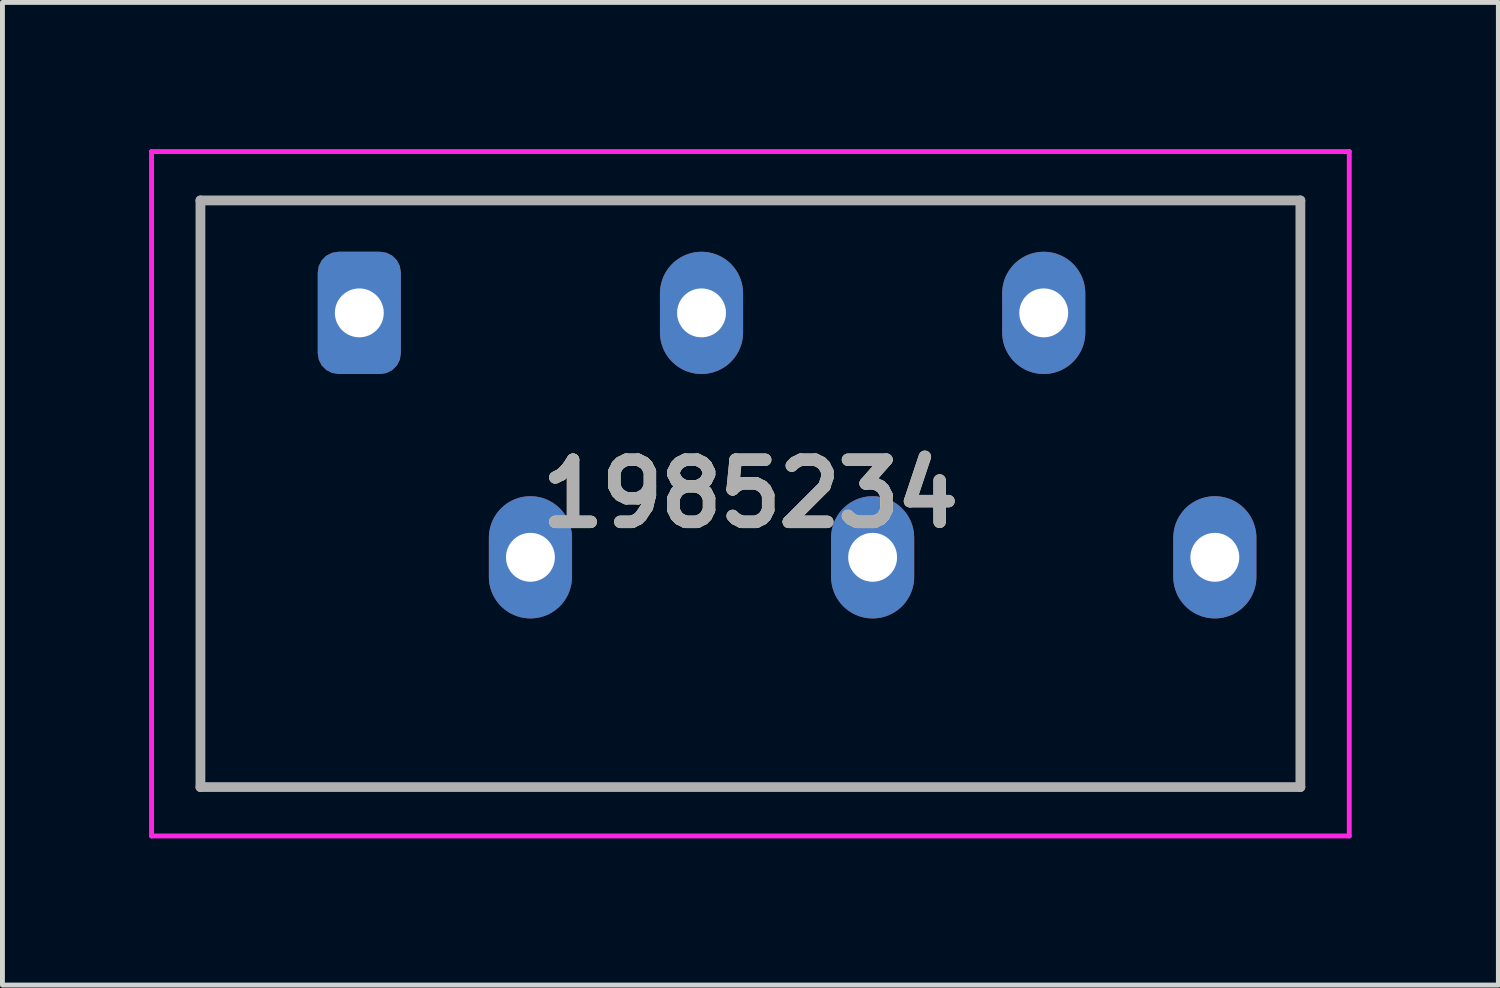
<source format=kicad_pcb>
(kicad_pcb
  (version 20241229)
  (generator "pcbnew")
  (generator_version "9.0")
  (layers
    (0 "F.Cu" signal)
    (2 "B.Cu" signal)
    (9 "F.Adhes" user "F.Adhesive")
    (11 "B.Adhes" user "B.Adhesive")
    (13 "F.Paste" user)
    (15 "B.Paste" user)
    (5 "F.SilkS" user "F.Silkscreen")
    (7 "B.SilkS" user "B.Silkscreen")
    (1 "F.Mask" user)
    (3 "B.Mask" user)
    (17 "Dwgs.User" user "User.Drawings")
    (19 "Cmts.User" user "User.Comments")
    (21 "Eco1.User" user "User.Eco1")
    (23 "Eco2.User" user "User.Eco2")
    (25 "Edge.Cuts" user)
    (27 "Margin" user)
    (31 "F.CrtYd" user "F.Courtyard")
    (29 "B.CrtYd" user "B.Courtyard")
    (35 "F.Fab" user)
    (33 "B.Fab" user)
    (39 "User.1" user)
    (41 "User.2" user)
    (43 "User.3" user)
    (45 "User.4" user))
  (footprint "1985234"
    (layer "F.Cu")
    (at 4.3 3.35)
    (property "Reference" "1985234" (at 8 3.7 0) (layer "F.SilkS") (effects (font (size 1.27 1.27) (thickness 0.254))))
    (attr through_hole)
    (fp_line (start -3.25 -2.3) (end -3.25 9.7) (stroke (width 0.1) (type solid)) (layer "F.SilkS"))
    (fp_line (start -3.25 9.7) (end 19.25 9.7) (stroke (width 0.1) (type solid)) (layer "F.SilkS"))
    (fp_line (start 19.25 -2.3) (end -3.25 -2.3) (stroke (width 0.1) (type solid)) (layer "F.SilkS"))
    (fp_line (start 19.25 9.7) (end 19.25 -2.3) (stroke (width 0.1) (type solid)) (layer "F.SilkS"))
    (fp_line (start -4.25 -3.3) (end 20.25 -3.3) (stroke (width 0.1) (type solid)) (layer "F.CrtYd"))
    (fp_line (start -4.25 10.7) (end -4.25 -3.3) (stroke (width 0.1) (type solid)) (layer "F.CrtYd"))
    (fp_line (start 20.25 -3.3) (end 20.25 10.7) (stroke (width 0.1) (type solid)) (layer "F.CrtYd"))
    (fp_line (start 20.25 10.7) (end -4.25 10.7) (stroke (width 0.1) (type solid)) (layer "F.CrtYd"))
    (fp_line (start -3.25 -2.3) (end -3.25 9.7) (stroke (width 0.2) (type solid)) (layer "F.Fab"))
    (fp_line (start -3.25 9.7) (end 19.25 9.7) (stroke (width 0.2) (type solid)) (layer "F.Fab"))
    (fp_line (start 19.25 -2.3) (end -3.25 -2.3) (stroke (width 0.2) (type solid)) (layer "F.Fab"))
    (fp_line (start 19.25 9.7) (end 19.25 -2.3) (stroke (width 0.2) (type solid)) (layer "F.Fab"))
    (fp_text user "${REFERENCE}" (at 8 3.7 0) (layer "F.Fab") (effects (font (size 1.27 1.27) (thickness 0.254))))
    (pad "1" thru_hole roundrect (at 0 0 90) (size 2.5 1.7) (drill 1) (layers "*.Cu" "*.Mask") (roundrect_rratio 0.25))
    (pad "2" thru_hole oval (at 3.5 5 90) (size 2.5 1.7) (drill 1) (layers "*.Cu" "*.Mask"))
    (pad "3" thru_hole oval (at 7 0 90) (size 2.5 1.7) (drill 1) (layers "*.Cu" "*.Mask"))
    (pad "4" thru_hole oval (at 10.5 5 90) (size 2.5 1.7) (drill 1) (layers "*.Cu" "*.Mask"))
    (pad "5" thru_hole oval (at 14 0 90) (size 2.5 1.7) (drill 1) (layers "*.Cu" "*.Mask"))
    (pad "6" thru_hole oval (at 17.5 5 90) (size 2.5 1.7) (drill 1) (layers "*.Cu" "*.Mask")))
  (gr_rect
    (start -3 -3)
    (end 27.6 17.1)
    (stroke (width 0.1) (type default))
    (fill no)
    (layer "Edge.Cuts")))
</source>
